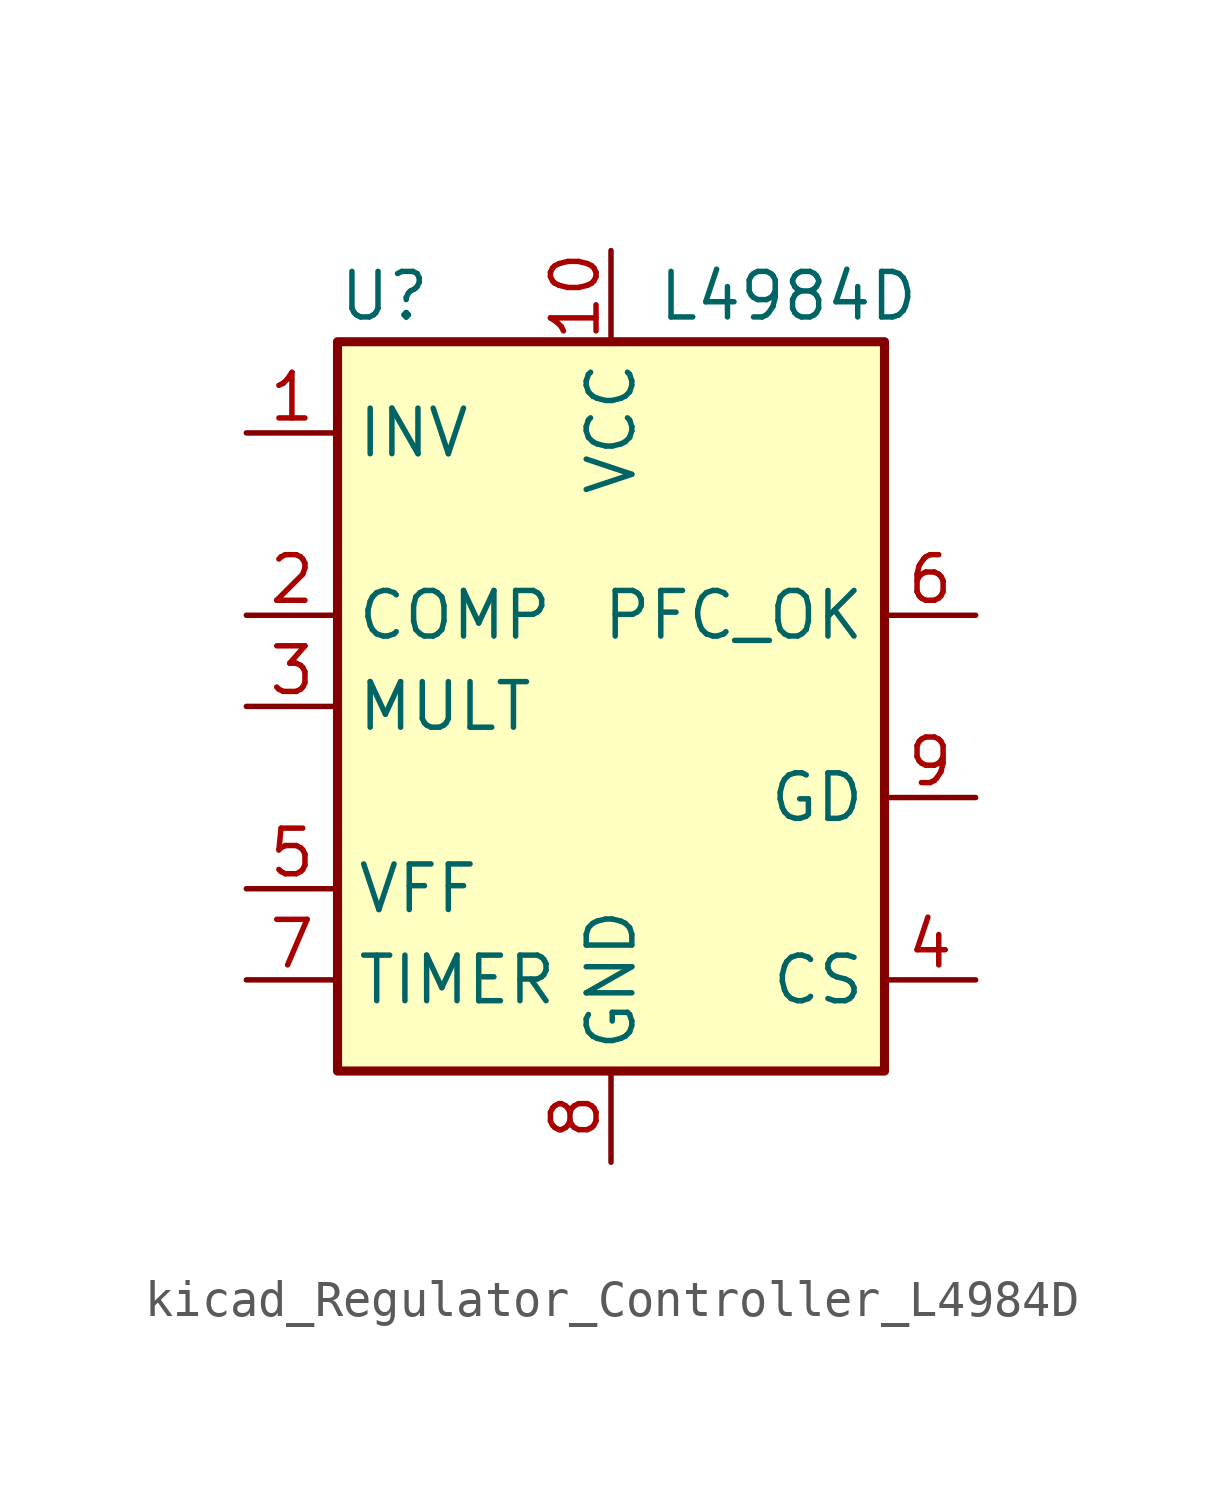
<source format=kicad_sym>
(kicad_symbol_lib
  (version 20220914)
  (generator kicad_symbol_editor)
  (symbol "kicad_Regulator_Controller_L4984D"
    (property "Reference" "U"
      (at -7.62 11.43 0)
      (effects (font (size 1.27 1.27)) (justify left)))
    (property "Value" "L4984D"
      (at 1.27 11.43 0)
      (effects (font (size 1.27 1.27)) (justify left)))
    (symbol "kicad_Regulator_Controller_L4984D_0_0"
      (rectangle (start -7.62 10.16) (end 7.62 -10.16) (stroke (width 0.254) (type default)) (fill (type background))))
    (symbol "kicad_Regulator_Controller_L4984D_1_1"
      (pin input line (at -10.16 7.62 0) (length 2.54) (name "INV" (effects (font (size 1.27 1.27)))) (number "1" (effects (font (size 1.27 1.27)))))
      (pin power_in line (at 0 12.7 270) (length 2.54) (name "VCC" (effects (font (size 1.27 1.27)))) (number "10" (effects (font (size 1.27 1.27)))))
      (pin output line (at -10.16 2.54 0) (length 2.54) (name "COMP" (effects (font (size 1.27 1.27)))) (number "2" (effects (font (size 1.27 1.27)))))
      (pin input line (at -10.16 0 0) (length 2.54) (name "MULT" (effects (font (size 1.27 1.27)))) (number "3" (effects (font (size 1.27 1.27)))))
      (pin input line (at 10.16 -7.62 180) (length 2.54) (name "CS" (effects (font (size 1.27 1.27)))) (number "4" (effects (font (size 1.27 1.27)))))
      (pin passive line (at -10.16 -5.08 0) (length 2.54) (name "VFF" (effects (font (size 1.27 1.27)))) (number "5" (effects (font (size 1.27 1.27)))))
      (pin input line (at 10.16 2.54 180) (length 2.54) (name "PFC_OK" (effects (font (size 1.27 1.27)))) (number "6" (effects (font (size 1.27 1.27)))))
      (pin passive line (at -10.16 -7.62 0) (length 2.54) (name "TIMER" (effects (font (size 1.27 1.27)))) (number "7" (effects (font (size 1.27 1.27)))))
      (pin power_in line (at 0 -12.7 90) (length 2.54) (name "GND" (effects (font (size 1.27 1.27)))) (number "8" (effects (font (size 1.27 1.27)))))
      (pin output line (at 10.16 -2.54 180) (length 2.54) (name "GD" (effects (font (size 1.27 1.27)))) (number "9" (effects (font (size 1.27 1.27))))))))
</source>
